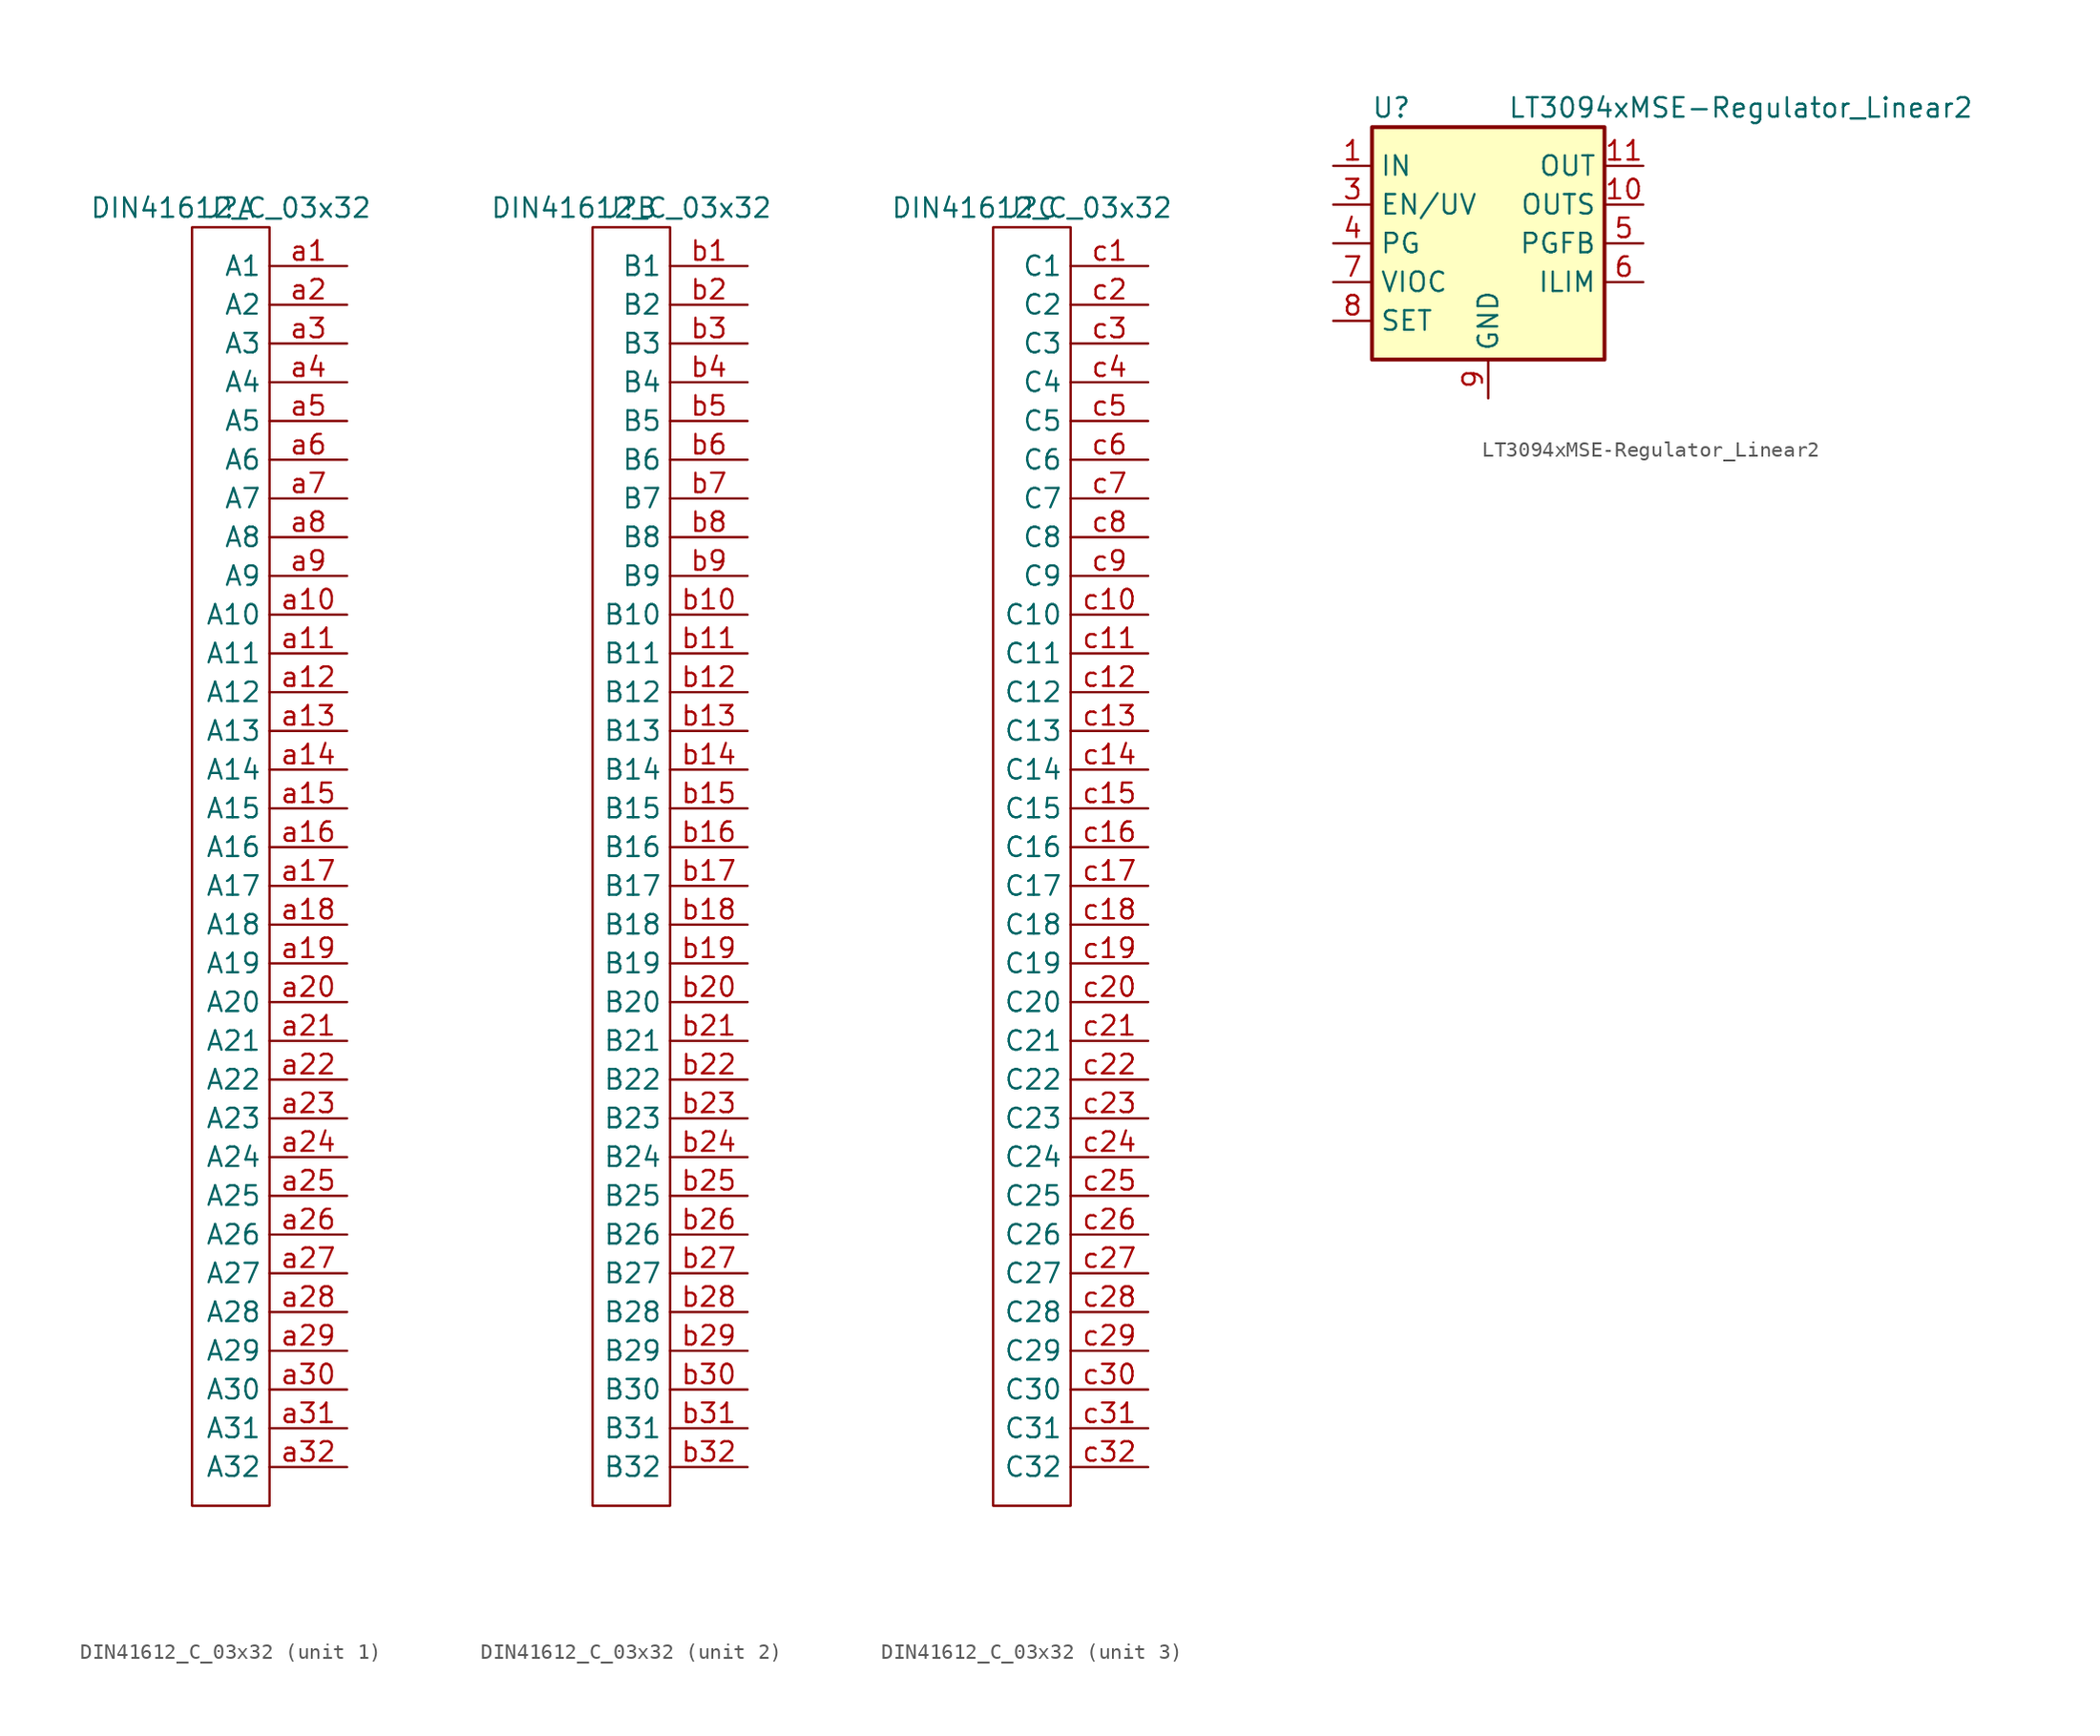
<source format=kicad_sym>
(kicad_symbol_lib
  (version 20211014)
  (generator kicad_symbol_editor)
  (symbol "DIN41612_C_03x32"
    (property "Reference" "J"
      (at 0 0 0)
      (effects (font (size 1.27 1.27))))
    (property "Value" "DIN41612_C_03x32"
      (at 0 0 0)
      (effects (font (size 1.27 1.27))))
    (symbol "DIN41612_C_03x32_0_1"
      (rectangle (start -2.54 -1.27) (end 2.54 -85.09) (stroke (width 0) (type default) (color 0 0 0 0)) (fill (type none))))
    (symbol "DIN41612_C_03x32_1_1"
      (pin bidirectional line (at 7.62 -3.81 180) (length 5.08) (name "A1" (effects (font (size 1.27 1.27)))) (number "a1" (effects (font (size 1.27 1.27)))))
      (pin bidirectional line (at 7.62 -26.67 180) (length 5.08) (name "A10" (effects (font (size 1.27 1.27)))) (number "a10" (effects (font (size 1.27 1.27)))))
      (pin bidirectional line (at 7.62 -29.21 180) (length 5.08) (name "A11" (effects (font (size 1.27 1.27)))) (number "a11" (effects (font (size 1.27 1.27)))))
      (pin bidirectional line (at 7.62 -31.75 180) (length 5.08) (name "A12" (effects (font (size 1.27 1.27)))) (number "a12" (effects (font (size 1.27 1.27)))))
      (pin bidirectional line (at 7.62 -34.29 180) (length 5.08) (name "A13" (effects (font (size 1.27 1.27)))) (number "a13" (effects (font (size 1.27 1.27)))))
      (pin bidirectional line (at 7.62 -36.83 180) (length 5.08) (name "A14" (effects (font (size 1.27 1.27)))) (number "a14" (effects (font (size 1.27 1.27)))))
      (pin bidirectional line (at 7.62 -39.37 180) (length 5.08) (name "A15" (effects (font (size 1.27 1.27)))) (number "a15" (effects (font (size 1.27 1.27)))))
      (pin bidirectional line (at 7.62 -41.91 180) (length 5.08) (name "A16" (effects (font (size 1.27 1.27)))) (number "a16" (effects (font (size 1.27 1.27)))))
      (pin bidirectional line (at 7.62 -44.45 180) (length 5.08) (name "A17" (effects (font (size 1.27 1.27)))) (number "a17" (effects (font (size 1.27 1.27)))))
      (pin bidirectional line (at 7.62 -46.99 180) (length 5.08) (name "A18" (effects (font (size 1.27 1.27)))) (number "a18" (effects (font (size 1.27 1.27)))))
      (pin bidirectional line (at 7.62 -49.53 180) (length 5.08) (name "A19" (effects (font (size 1.27 1.27)))) (number "a19" (effects (font (size 1.27 1.27)))))
      (pin bidirectional line (at 7.62 -6.35 180) (length 5.08) (name "A2" (effects (font (size 1.27 1.27)))) (number "a2" (effects (font (size 1.27 1.27)))))
      (pin bidirectional line (at 7.62 -52.07 180) (length 5.08) (name "A20" (effects (font (size 1.27 1.27)))) (number "a20" (effects (font (size 1.27 1.27)))))
      (pin bidirectional line (at 7.62 -54.61 180) (length 5.08) (name "A21" (effects (font (size 1.27 1.27)))) (number "a21" (effects (font (size 1.27 1.27)))))
      (pin bidirectional line (at 7.62 -57.15 180) (length 5.08) (name "A22" (effects (font (size 1.27 1.27)))) (number "a22" (effects (font (size 1.27 1.27)))))
      (pin bidirectional line (at 7.62 -59.69 180) (length 5.08) (name "A23" (effects (font (size 1.27 1.27)))) (number "a23" (effects (font (size 1.27 1.27)))))
      (pin bidirectional line (at 7.62 -62.23 180) (length 5.08) (name "A24" (effects (font (size 1.27 1.27)))) (number "a24" (effects (font (size 1.27 1.27)))))
      (pin bidirectional line (at 7.62 -64.77 180) (length 5.08) (name "A25" (effects (font (size 1.27 1.27)))) (number "a25" (effects (font (size 1.27 1.27)))))
      (pin bidirectional line (at 7.62 -67.31 180) (length 5.08) (name "A26" (effects (font (size 1.27 1.27)))) (number "a26" (effects (font (size 1.27 1.27)))))
      (pin bidirectional line (at 7.62 -69.85 180) (length 5.08) (name "A27" (effects (font (size 1.27 1.27)))) (number "a27" (effects (font (size 1.27 1.27)))))
      (pin bidirectional line (at 7.62 -72.39 180) (length 5.08) (name "A28" (effects (font (size 1.27 1.27)))) (number "a28" (effects (font (size 1.27 1.27)))))
      (pin bidirectional line (at 7.62 -74.93 180) (length 5.08) (name "A29" (effects (font (size 1.27 1.27)))) (number "a29" (effects (font (size 1.27 1.27)))))
      (pin bidirectional line (at 7.62 -8.89 180) (length 5.08) (name "A3" (effects (font (size 1.27 1.27)))) (number "a3" (effects (font (size 1.27 1.27)))))
      (pin bidirectional line (at 7.62 -77.47 180) (length 5.08) (name "A30" (effects (font (size 1.27 1.27)))) (number "a30" (effects (font (size 1.27 1.27)))))
      (pin bidirectional line (at 7.62 -80.01 180) (length 5.08) (name "A31" (effects (font (size 1.27 1.27)))) (number "a31" (effects (font (size 1.27 1.27)))))
      (pin bidirectional line (at 7.62 -82.55 180) (length 5.08) (name "A32" (effects (font (size 1.27 1.27)))) (number "a32" (effects (font (size 1.27 1.27)))))
      (pin bidirectional line (at 7.62 -11.43 180) (length 5.08) (name "A4" (effects (font (size 1.27 1.27)))) (number "a4" (effects (font (size 1.27 1.27)))))
      (pin bidirectional line (at 7.62 -13.97 180) (length 5.08) (name "A5" (effects (font (size 1.27 1.27)))) (number "a5" (effects (font (size 1.27 1.27)))))
      (pin bidirectional line (at 7.62 -16.51 180) (length 5.08) (name "A6" (effects (font (size 1.27 1.27)))) (number "a6" (effects (font (size 1.27 1.27)))))
      (pin bidirectional line (at 7.62 -19.05 180) (length 5.08) (name "A7" (effects (font (size 1.27 1.27)))) (number "a7" (effects (font (size 1.27 1.27)))))
      (pin bidirectional line (at 7.62 -21.59 180) (length 5.08) (name "A8" (effects (font (size 1.27 1.27)))) (number "a8" (effects (font (size 1.27 1.27)))))
      (pin bidirectional line (at 7.62 -24.13 180) (length 5.08) (name "A9" (effects (font (size 1.27 1.27)))) (number "a9" (effects (font (size 1.27 1.27))))))
    (symbol "DIN41612_C_03x32_2_1"
      (pin bidirectional line (at 7.62 -3.81 180) (length 5.08) (name "B1" (effects (font (size 1.27 1.27)))) (number "b1" (effects (font (size 1.27 1.27)))))
      (pin bidirectional line (at 7.62 -26.67 180) (length 5.08) (name "B10" (effects (font (size 1.27 1.27)))) (number "b10" (effects (font (size 1.27 1.27)))))
      (pin bidirectional line (at 7.62 -29.21 180) (length 5.08) (name "B11" (effects (font (size 1.27 1.27)))) (number "b11" (effects (font (size 1.27 1.27)))))
      (pin bidirectional line (at 7.62 -31.75 180) (length 5.08) (name "B12" (effects (font (size 1.27 1.27)))) (number "b12" (effects (font (size 1.27 1.27)))))
      (pin bidirectional line (at 7.62 -34.29 180) (length 5.08) (name "B13" (effects (font (size 1.27 1.27)))) (number "b13" (effects (font (size 1.27 1.27)))))
      (pin bidirectional line (at 7.62 -36.83 180) (length 5.08) (name "B14" (effects (font (size 1.27 1.27)))) (number "b14" (effects (font (size 1.27 1.27)))))
      (pin bidirectional line (at 7.62 -39.37 180) (length 5.08) (name "B15" (effects (font (size 1.27 1.27)))) (number "b15" (effects (font (size 1.27 1.27)))))
      (pin bidirectional line (at 7.62 -41.91 180) (length 5.08) (name "B16" (effects (font (size 1.27 1.27)))) (number "b16" (effects (font (size 1.27 1.27)))))
      (pin bidirectional line (at 7.62 -44.45 180) (length 5.08) (name "B17" (effects (font (size 1.27 1.27)))) (number "b17" (effects (font (size 1.27 1.27)))))
      (pin bidirectional line (at 7.62 -46.99 180) (length 5.08) (name "B18" (effects (font (size 1.27 1.27)))) (number "b18" (effects (font (size 1.27 1.27)))))
      (pin bidirectional line (at 7.62 -49.53 180) (length 5.08) (name "B19" (effects (font (size 1.27 1.27)))) (number "b19" (effects (font (size 1.27 1.27)))))
      (pin bidirectional line (at 7.62 -6.35 180) (length 5.08) (name "B2" (effects (font (size 1.27 1.27)))) (number "b2" (effects (font (size 1.27 1.27)))))
      (pin bidirectional line (at 7.62 -52.07 180) (length 5.08) (name "B20" (effects (font (size 1.27 1.27)))) (number "b20" (effects (font (size 1.27 1.27)))))
      (pin bidirectional line (at 7.62 -54.61 180) (length 5.08) (name "B21" (effects (font (size 1.27 1.27)))) (number "b21" (effects (font (size 1.27 1.27)))))
      (pin bidirectional line (at 7.62 -57.15 180) (length 5.08) (name "B22" (effects (font (size 1.27 1.27)))) (number "b22" (effects (font (size 1.27 1.27)))))
      (pin bidirectional line (at 7.62 -59.69 180) (length 5.08) (name "B23" (effects (font (size 1.27 1.27)))) (number "b23" (effects (font (size 1.27 1.27)))))
      (pin bidirectional line (at 7.62 -62.23 180) (length 5.08) (name "B24" (effects (font (size 1.27 1.27)))) (number "b24" (effects (font (size 1.27 1.27)))))
      (pin bidirectional line (at 7.62 -64.77 180) (length 5.08) (name "B25" (effects (font (size 1.27 1.27)))) (number "b25" (effects (font (size 1.27 1.27)))))
      (pin bidirectional line (at 7.62 -67.31 180) (length 5.08) (name "B26" (effects (font (size 1.27 1.27)))) (number "b26" (effects (font (size 1.27 1.27)))))
      (pin bidirectional line (at 7.62 -69.85 180) (length 5.08) (name "B27" (effects (font (size 1.27 1.27)))) (number "b27" (effects (font (size 1.27 1.27)))))
      (pin bidirectional line (at 7.62 -72.39 180) (length 5.08) (name "B28" (effects (font (size 1.27 1.27)))) (number "b28" (effects (font (size 1.27 1.27)))))
      (pin bidirectional line (at 7.62 -74.93 180) (length 5.08) (name "B29" (effects (font (size 1.27 1.27)))) (number "b29" (effects (font (size 1.27 1.27)))))
      (pin bidirectional line (at 7.62 -8.89 180) (length 5.08) (name "B3" (effects (font (size 1.27 1.27)))) (number "b3" (effects (font (size 1.27 1.27)))))
      (pin bidirectional line (at 7.62 -77.47 180) (length 5.08) (name "B30" (effects (font (size 1.27 1.27)))) (number "b30" (effects (font (size 1.27 1.27)))))
      (pin bidirectional line (at 7.62 -80.01 180) (length 5.08) (name "B31" (effects (font (size 1.27 1.27)))) (number "b31" (effects (font (size 1.27 1.27)))))
      (pin bidirectional line (at 7.62 -82.55 180) (length 5.08) (name "B32" (effects (font (size 1.27 1.27)))) (number "b32" (effects (font (size 1.27 1.27)))))
      (pin bidirectional line (at 7.62 -11.43 180) (length 5.08) (name "B4" (effects (font (size 1.27 1.27)))) (number "b4" (effects (font (size 1.27 1.27)))))
      (pin bidirectional line (at 7.62 -13.97 180) (length 5.08) (name "B5" (effects (font (size 1.27 1.27)))) (number "b5" (effects (font (size 1.27 1.27)))))
      (pin bidirectional line (at 7.62 -16.51 180) (length 5.08) (name "B6" (effects (font (size 1.27 1.27)))) (number "b6" (effects (font (size 1.27 1.27)))))
      (pin bidirectional line (at 7.62 -19.05 180) (length 5.08) (name "B7" (effects (font (size 1.27 1.27)))) (number "b7" (effects (font (size 1.27 1.27)))))
      (pin bidirectional line (at 7.62 -21.59 180) (length 5.08) (name "B8" (effects (font (size 1.27 1.27)))) (number "b8" (effects (font (size 1.27 1.27)))))
      (pin bidirectional line (at 7.62 -24.13 180) (length 5.08) (name "B9" (effects (font (size 1.27 1.27)))) (number "b9" (effects (font (size 1.27 1.27))))))
    (symbol "DIN41612_C_03x32_3_1"
      (pin bidirectional line (at 7.62 -3.81 180) (length 5.08) (name "C1" (effects (font (size 1.27 1.27)))) (number "c1" (effects (font (size 1.27 1.27)))))
      (pin bidirectional line (at 7.62 -26.67 180) (length 5.08) (name "C10" (effects (font (size 1.27 1.27)))) (number "c10" (effects (font (size 1.27 1.27)))))
      (pin bidirectional line (at 7.62 -29.21 180) (length 5.08) (name "C11" (effects (font (size 1.27 1.27)))) (number "c11" (effects (font (size 1.27 1.27)))))
      (pin bidirectional line (at 7.62 -31.75 180) (length 5.08) (name "C12" (effects (font (size 1.27 1.27)))) (number "c12" (effects (font (size 1.27 1.27)))))
      (pin bidirectional line (at 7.62 -34.29 180) (length 5.08) (name "C13" (effects (font (size 1.27 1.27)))) (number "c13" (effects (font (size 1.27 1.27)))))
      (pin bidirectional line (at 7.62 -36.83 180) (length 5.08) (name "C14" (effects (font (size 1.27 1.27)))) (number "c14" (effects (font (size 1.27 1.27)))))
      (pin bidirectional line (at 7.62 -39.37 180) (length 5.08) (name "C15" (effects (font (size 1.27 1.27)))) (number "c15" (effects (font (size 1.27 1.27)))))
      (pin bidirectional line (at 7.62 -41.91 180) (length 5.08) (name "C16" (effects (font (size 1.27 1.27)))) (number "c16" (effects (font (size 1.27 1.27)))))
      (pin bidirectional line (at 7.62 -44.45 180) (length 5.08) (name "C17" (effects (font (size 1.27 1.27)))) (number "c17" (effects (font (size 1.27 1.27)))))
      (pin bidirectional line (at 7.62 -46.99 180) (length 5.08) (name "C18" (effects (font (size 1.27 1.27)))) (number "c18" (effects (font (size 1.27 1.27)))))
      (pin bidirectional line (at 7.62 -49.53 180) (length 5.08) (name "C19" (effects (font (size 1.27 1.27)))) (number "c19" (effects (font (size 1.27 1.27)))))
      (pin bidirectional line (at 7.62 -6.35 180) (length 5.08) (name "C2" (effects (font (size 1.27 1.27)))) (number "c2" (effects (font (size 1.27 1.27)))))
      (pin bidirectional line (at 7.62 -52.07 180) (length 5.08) (name "C20" (effects (font (size 1.27 1.27)))) (number "c20" (effects (font (size 1.27 1.27)))))
      (pin bidirectional line (at 7.62 -54.61 180) (length 5.08) (name "C21" (effects (font (size 1.27 1.27)))) (number "c21" (effects (font (size 1.27 1.27)))))
      (pin bidirectional line (at 7.62 -57.15 180) (length 5.08) (name "C22" (effects (font (size 1.27 1.27)))) (number "c22" (effects (font (size 1.27 1.27)))))
      (pin bidirectional line (at 7.62 -59.69 180) (length 5.08) (name "C23" (effects (font (size 1.27 1.27)))) (number "c23" (effects (font (size 1.27 1.27)))))
      (pin bidirectional line (at 7.62 -62.23 180) (length 5.08) (name "C24" (effects (font (size 1.27 1.27)))) (number "c24" (effects (font (size 1.27 1.27)))))
      (pin bidirectional line (at 7.62 -64.77 180) (length 5.08) (name "C25" (effects (font (size 1.27 1.27)))) (number "c25" (effects (font (size 1.27 1.27)))))
      (pin bidirectional line (at 7.62 -67.31 180) (length 5.08) (name "C26" (effects (font (size 1.27 1.27)))) (number "c26" (effects (font (size 1.27 1.27)))))
      (pin bidirectional line (at 7.62 -69.85 180) (length 5.08) (name "C27" (effects (font (size 1.27 1.27)))) (number "c27" (effects (font (size 1.27 1.27)))))
      (pin bidirectional line (at 7.62 -72.39 180) (length 5.08) (name "C28" (effects (font (size 1.27 1.27)))) (number "c28" (effects (font (size 1.27 1.27)))))
      (pin bidirectional line (at 7.62 -74.93 180) (length 5.08) (name "C29" (effects (font (size 1.27 1.27)))) (number "c29" (effects (font (size 1.27 1.27)))))
      (pin bidirectional line (at 7.62 -8.89 180) (length 5.08) (name "C3" (effects (font (size 1.27 1.27)))) (number "c3" (effects (font (size 1.27 1.27)))))
      (pin bidirectional line (at 7.62 -77.47 180) (length 5.08) (name "C30" (effects (font (size 1.27 1.27)))) (number "c30" (effects (font (size 1.27 1.27)))))
      (pin bidirectional line (at 7.62 -80.01 180) (length 5.08) (name "C31" (effects (font (size 1.27 1.27)))) (number "c31" (effects (font (size 1.27 1.27)))))
      (pin bidirectional line (at 7.62 -82.55 180) (length 5.08) (name "C32" (effects (font (size 1.27 1.27)))) (number "c32" (effects (font (size 1.27 1.27)))))
      (pin bidirectional line (at 7.62 -11.43 180) (length 5.08) (name "C4" (effects (font (size 1.27 1.27)))) (number "c4" (effects (font (size 1.27 1.27)))))
      (pin bidirectional line (at 7.62 -13.97 180) (length 5.08) (name "C5" (effects (font (size 1.27 1.27)))) (number "c5" (effects (font (size 1.27 1.27)))))
      (pin bidirectional line (at 7.62 -16.51 180) (length 5.08) (name "C6" (effects (font (size 1.27 1.27)))) (number "c6" (effects (font (size 1.27 1.27)))))
      (pin bidirectional line (at 7.62 -19.05 180) (length 5.08) (name "C7" (effects (font (size 1.27 1.27)))) (number "c7" (effects (font (size 1.27 1.27)))))
      (pin bidirectional line (at 7.62 -21.59 180) (length 5.08) (name "C8" (effects (font (size 1.27 1.27)))) (number "c8" (effects (font (size 1.27 1.27)))))
      (pin bidirectional line (at 7.62 -24.13 180) (length 5.08) (name "C9" (effects (font (size 1.27 1.27)))) (number "c9" (effects (font (size 1.27 1.27)))))))
  (symbol "LT3094xMSE-Regulator_Linear2"
    (property "Reference" "U"
      (at -6.35 8.89 0)
      (effects (font (size 1.27 1.27))))
    (property "Value" "LT3094xMSE-Regulator_Linear2"
      (at 1.27 8.89 0)
      (effects (font (size 1.27 1.27)) (justify left)))
    (symbol "LT3094xMSE-Regulator_Linear2_0_0"
      (pin passive line (at 10.16 5.08 180) (length 2.54) hide (name "OUT" (effects (font (size 1.27 1.27)))) (number "12" (effects (font (size 1.27 1.27)))))
      (pin passive line (at -10.16 5.08 0) (length 2.54) hide (name "IN" (effects (font (size 1.27 1.27)))) (number "13" (effects (font (size 1.27 1.27))))))
    (symbol "LT3094xMSE-Regulator_Linear2_0_1"
      (rectangle (start 7.62 7.62) (end -7.62 -7.62) (stroke (width 0.254) (type default) (color 0 0 0 0)) (fill (type background))))
    (symbol "LT3094xMSE-Regulator_Linear2_1_1"
      (pin power_in line (at -10.16 5.08 0) (length 2.54) (name "IN" (effects (font (size 1.27 1.27)))) (number "1" (effects (font (size 1.27 1.27)))))
      (pin input line (at 10.16 2.54 180) (length 2.54) (name "OUTS" (effects (font (size 1.27 1.27)))) (number "10" (effects (font (size 1.27 1.27)))))
      (pin power_out line (at 10.16 5.08 180) (length 2.54) (name "OUT" (effects (font (size 1.27 1.27)))) (number "11" (effects (font (size 1.27 1.27)))))
      (pin passive line (at -10.16 5.08 0) (length 2.54) hide (name "IN" (effects (font (size 1.27 1.27)))) (number "2" (effects (font (size 1.27 1.27)))))
      (pin input line (at -10.16 2.54 0) (length 2.54) (name "EN/UV" (effects (font (size 1.27 1.27)))) (number "3" (effects (font (size 1.27 1.27)))))
      (pin open_collector line (at -10.16 0 0) (length 2.54) (name "PG" (effects (font (size 1.27 1.27)))) (number "4" (effects (font (size 1.27 1.27)))))
      (pin input line (at 10.16 0 180) (length 2.54) (name "PGFB" (effects (font (size 1.27 1.27)))) (number "5" (effects (font (size 1.27 1.27)))))
      (pin passive line (at 10.16 -2.54 180) (length 2.54) (name "ILIM" (effects (font (size 1.27 1.27)))) (number "6" (effects (font (size 1.27 1.27)))))
      (pin passive line (at -10.16 -2.54 0) (length 2.54) (name "VIOC" (effects (font (size 1.27 1.27)))) (number "7" (effects (font (size 1.27 1.27)))))
      (pin passive line (at -10.16 -5.08 0) (length 2.54) (name "SET" (effects (font (size 1.27 1.27)))) (number "8" (effects (font (size 1.27 1.27)))))
      (pin power_in line (at 0 -10.16 90) (length 2.54) (name "GND" (effects (font (size 1.27 1.27)))) (number "9" (effects (font (size 1.27 1.27))))))))
</source>
